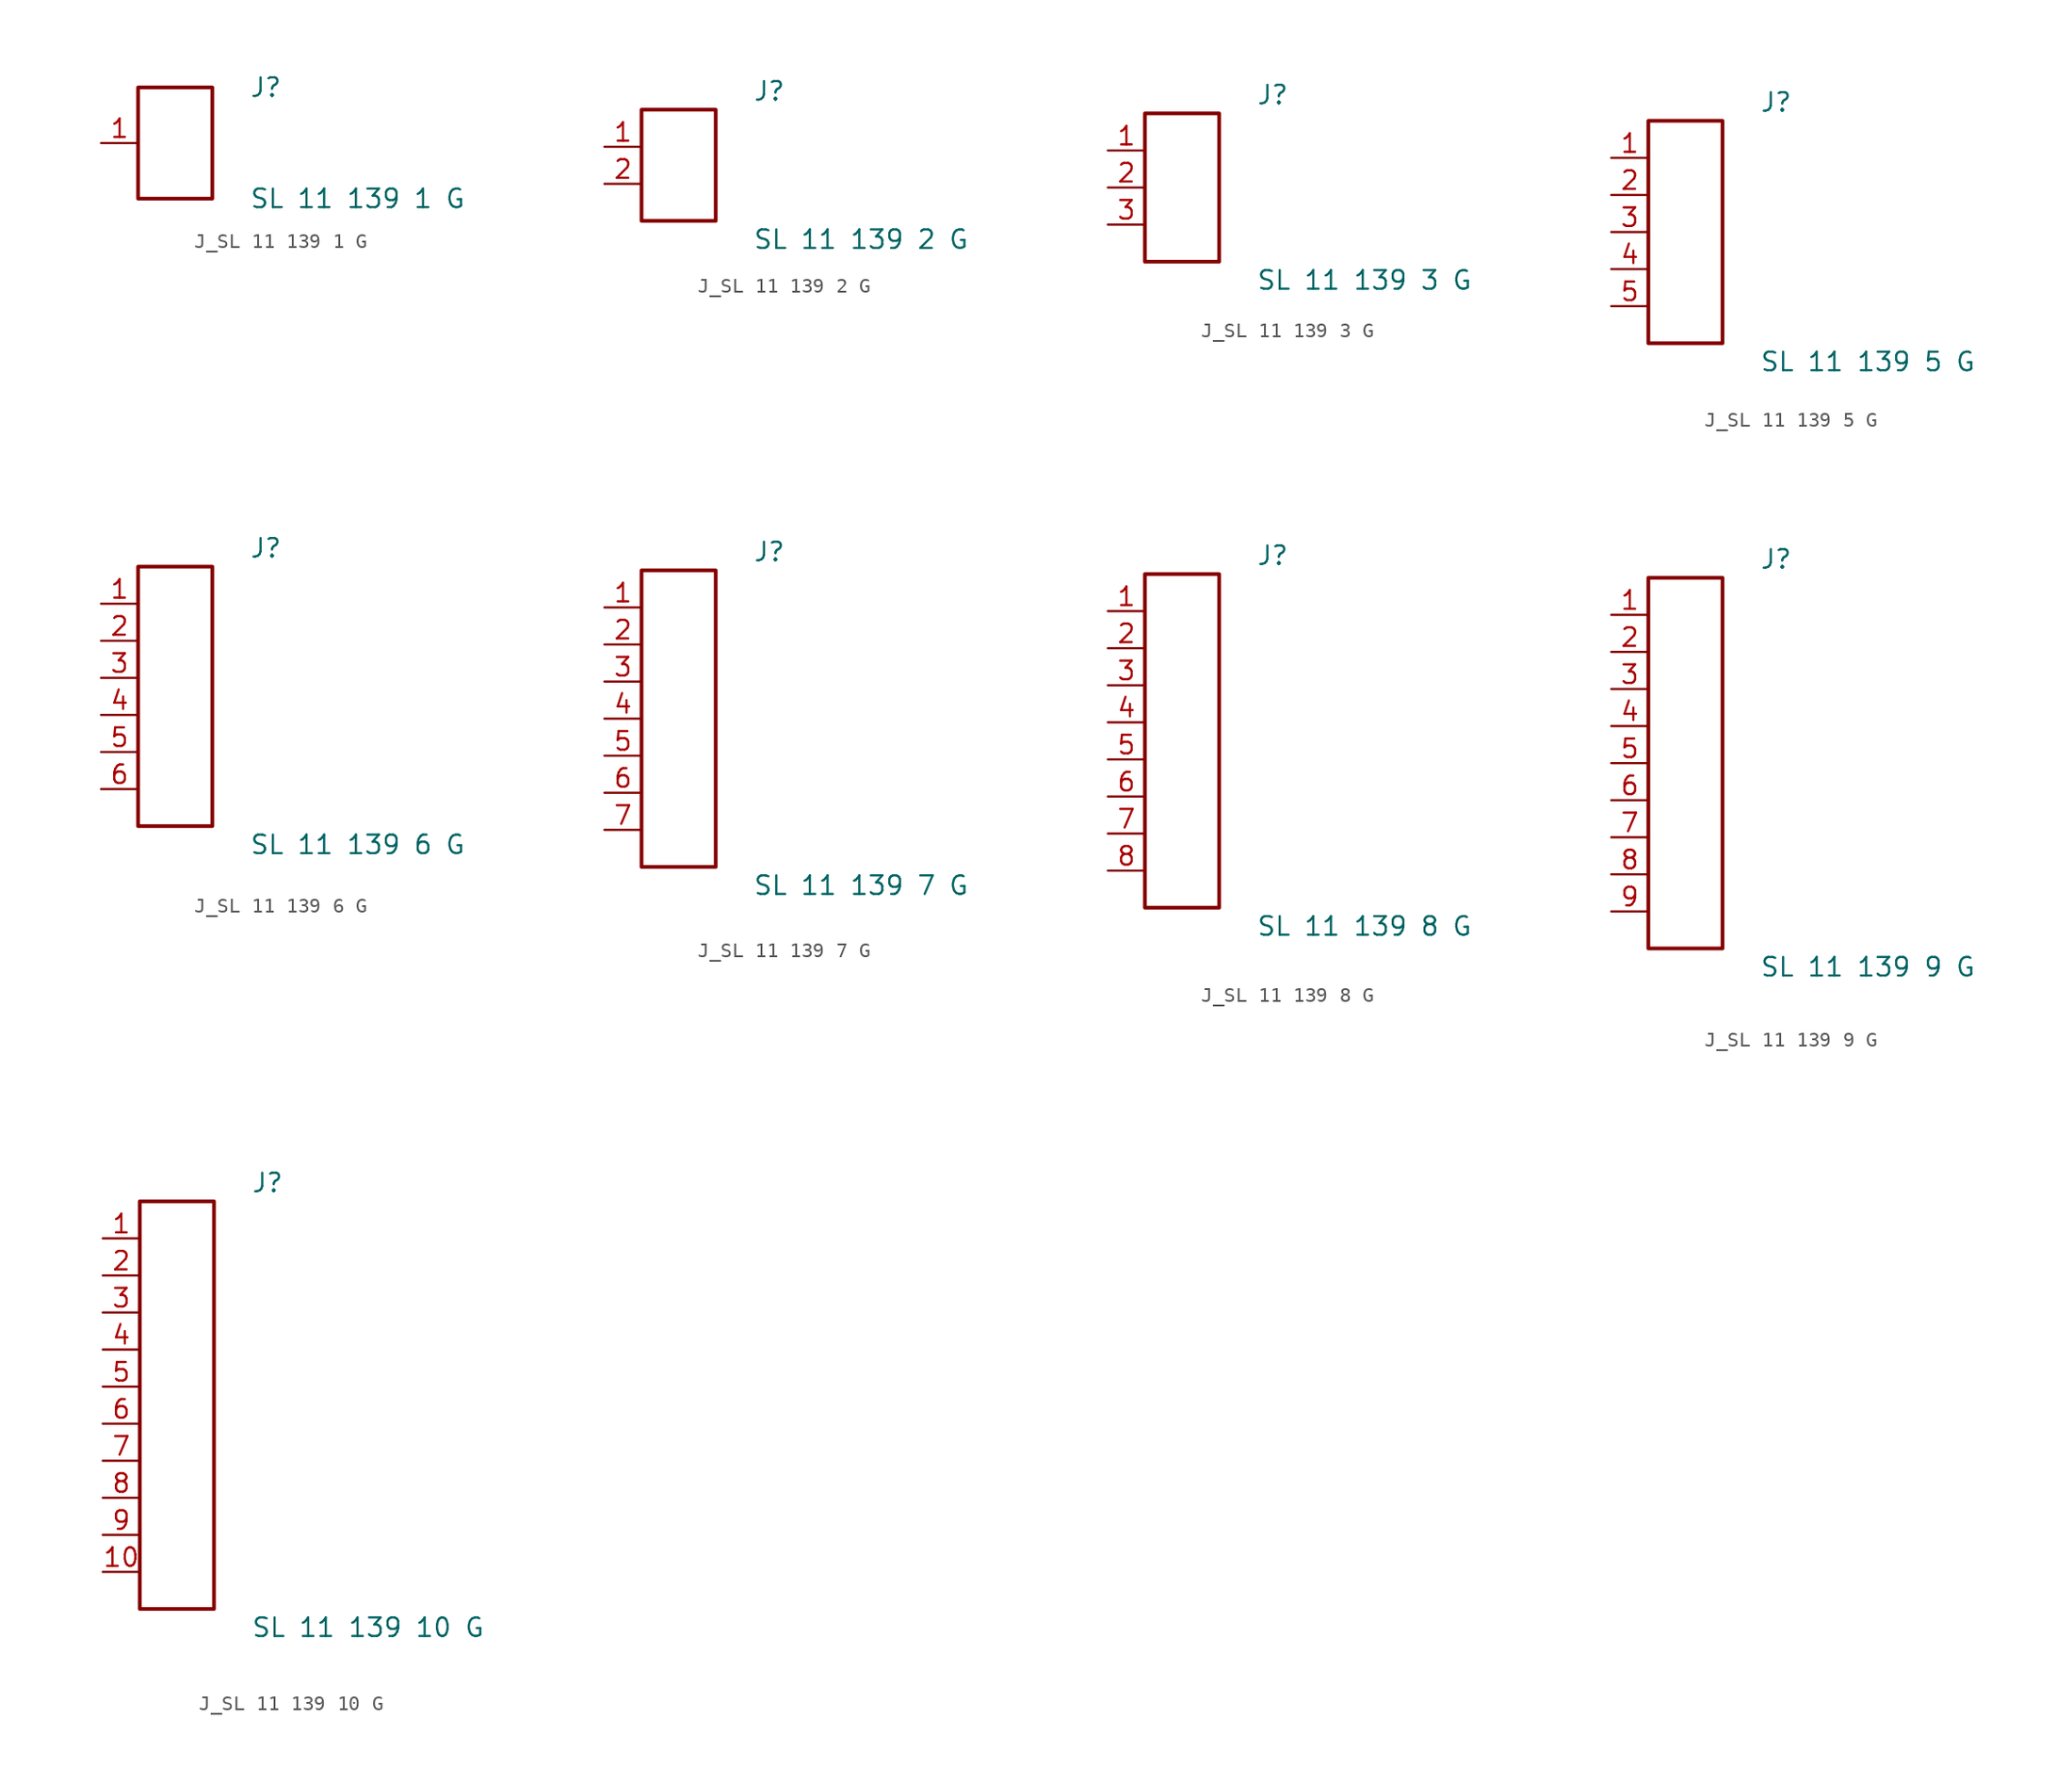
<source format=kicad_sym>
(kicad_symbol_lib
  (version 20231120)
  (generator kicad_symbol_editor)
  (generator_version 8.0)
  (symbol "J_SL 11 139 1 G"
    (pin_names
      (offset 0.254))
    (property "Reference" "J"
      (at 5.08 3.81 0)
      (effects (font (size 1.27 1.27)) (justify left)))
    (property "Value" "SL 11 139 1 G"
      (at 5.08 -3.81 0)
      (effects (font (size 1.27 1.27)) (justify left)))
    (symbol "J_SL 11 139 1 G_0_0"
      (pin unspecified line (at -5.08 0.0 0) (length 2.54) (name "" (effects (font (size 1.27 1.27)))) (number "1" (effects (font (size 1.27 1.27))))))
    (symbol "J_SL 11 139 1 G_1_0"
      (rectangle (start -2.54 3.81) (end 2.54 -3.81) (stroke (width 0.254) (type solid)) (fill (type none)))))
  (symbol "J_SL 11 139 2 G"
    (pin_names
      (offset 0.254))
    (property "Reference" "J"
      (at 5.08 5.08 0)
      (effects (font (size 1.27 1.27)) (justify left)))
    (property "Value" "SL 11 139 2 G"
      (at 5.08 -5.08 0)
      (effects (font (size 1.27 1.27)) (justify left)))
    (symbol "J_SL 11 139 2 G_0_0"
      (pin unspecified line (at -5.08 1.27 0) (length 2.54) (name "" (effects (font (size 1.27 1.27)))) (number "1" (effects (font (size 1.27 1.27)))))
      (pin unspecified line (at -5.08 -1.27 0) (length 2.54) (name "" (effects (font (size 1.27 1.27)))) (number "2" (effects (font (size 1.27 1.27))))))
    (symbol "J_SL 11 139 2 G_1_0"
      (rectangle (start -2.54 3.81) (end 2.54 -3.81) (stroke (width 0.254) (type solid)) (fill (type none)))))
  (symbol "J_SL 11 139 3 G"
    (pin_names
      (offset 0.254))
    (property "Reference" "J"
      (at 5.08 6.35 0)
      (effects (font (size 1.27 1.27)) (justify left)))
    (property "Value" "SL 11 139 3 G"
      (at 5.08 -6.35 0)
      (effects (font (size 1.27 1.27)) (justify left)))
    (symbol "J_SL 11 139 3 G_0_0"
      (pin unspecified line (at -5.08 2.54 0) (length 2.54) (name "" (effects (font (size 1.27 1.27)))) (number "1" (effects (font (size 1.27 1.27)))))
      (pin unspecified line (at -5.08 0.0 0) (length 2.54) (name "" (effects (font (size 1.27 1.27)))) (number "2" (effects (font (size 1.27 1.27)))))
      (pin unspecified line (at -5.08 -2.54 0) (length 2.54) (name "" (effects (font (size 1.27 1.27)))) (number "3" (effects (font (size 1.27 1.27))))))
    (symbol "J_SL 11 139 3 G_1_0"
      (rectangle (start -2.54 5.08) (end 2.54 -5.08) (stroke (width 0.254) (type solid)) (fill (type none)))))
  (symbol "J_SL 11 139 5 G"
    (pin_names
      (offset 0.254))
    (property "Reference" "J"
      (at 5.08 8.89 0)
      (effects (font (size 1.27 1.27)) (justify left)))
    (property "Value" "SL 11 139 5 G"
      (at 5.08 -8.89 0)
      (effects (font (size 1.27 1.27)) (justify left)))
    (symbol "J_SL 11 139 5 G_0_0"
      (pin unspecified line (at -5.08 5.08 0) (length 2.54) (name "" (effects (font (size 1.27 1.27)))) (number "1" (effects (font (size 1.27 1.27)))))
      (pin unspecified line (at -5.08 2.54 0) (length 2.54) (name "" (effects (font (size 1.27 1.27)))) (number "2" (effects (font (size 1.27 1.27)))))
      (pin unspecified line (at -5.08 0.0 0) (length 2.54) (name "" (effects (font (size 1.27 1.27)))) (number "3" (effects (font (size 1.27 1.27)))))
      (pin unspecified line (at -5.08 -2.54 0) (length 2.54) (name "" (effects (font (size 1.27 1.27)))) (number "4" (effects (font (size 1.27 1.27)))))
      (pin unspecified line (at -5.08 -5.08 0) (length 2.54) (name "" (effects (font (size 1.27 1.27)))) (number "5" (effects (font (size 1.27 1.27))))))
    (symbol "J_SL 11 139 5 G_1_0"
      (rectangle (start -2.54 7.62) (end 2.54 -7.62) (stroke (width 0.254) (type solid)) (fill (type none)))))
  (symbol "J_SL 11 139 6 G"
    (pin_names
      (offset 0.254))
    (property "Reference" "J"
      (at 5.08 10.16 0)
      (effects (font (size 1.27 1.27)) (justify left)))
    (property "Value" "SL 11 139 6 G"
      (at 5.08 -10.16 0)
      (effects (font (size 1.27 1.27)) (justify left)))
    (symbol "J_SL 11 139 6 G_0_0"
      (pin unspecified line (at -5.08 6.35 0) (length 2.54) (name "" (effects (font (size 1.27 1.27)))) (number "1" (effects (font (size 1.27 1.27)))))
      (pin unspecified line (at -5.08 3.81 0) (length 2.54) (name "" (effects (font (size 1.27 1.27)))) (number "2" (effects (font (size 1.27 1.27)))))
      (pin unspecified line (at -5.08 1.27 0) (length 2.54) (name "" (effects (font (size 1.27 1.27)))) (number "3" (effects (font (size 1.27 1.27)))))
      (pin unspecified line (at -5.08 -1.27 0) (length 2.54) (name "" (effects (font (size 1.27 1.27)))) (number "4" (effects (font (size 1.27 1.27)))))
      (pin unspecified line (at -5.08 -3.81 0) (length 2.54) (name "" (effects (font (size 1.27 1.27)))) (number "5" (effects (font (size 1.27 1.27)))))
      (pin unspecified line (at -5.08 -6.35 0) (length 2.54) (name "" (effects (font (size 1.27 1.27)))) (number "6" (effects (font (size 1.27 1.27))))))
    (symbol "J_SL 11 139 6 G_1_0"
      (rectangle (start -2.54 8.89) (end 2.54 -8.89) (stroke (width 0.254) (type solid)) (fill (type none)))))
  (symbol "J_SL 11 139 7 G"
    (pin_names
      (offset 0.254))
    (property "Reference" "J"
      (at 5.08 11.43 0)
      (effects (font (size 1.27 1.27)) (justify left)))
    (property "Value" "SL 11 139 7 G"
      (at 5.08 -11.43 0)
      (effects (font (size 1.27 1.27)) (justify left)))
    (symbol "J_SL 11 139 7 G_0_0"
      (pin unspecified line (at -5.08 7.62 0) (length 2.54) (name "" (effects (font (size 1.27 1.27)))) (number "1" (effects (font (size 1.27 1.27)))))
      (pin unspecified line (at -5.08 5.08 0) (length 2.54) (name "" (effects (font (size 1.27 1.27)))) (number "2" (effects (font (size 1.27 1.27)))))
      (pin unspecified line (at -5.08 2.54 0) (length 2.54) (name "" (effects (font (size 1.27 1.27)))) (number "3" (effects (font (size 1.27 1.27)))))
      (pin unspecified line (at -5.08 0.0 0) (length 2.54) (name "" (effects (font (size 1.27 1.27)))) (number "4" (effects (font (size 1.27 1.27)))))
      (pin unspecified line (at -5.08 -2.54 0) (length 2.54) (name "" (effects (font (size 1.27 1.27)))) (number "5" (effects (font (size 1.27 1.27)))))
      (pin unspecified line (at -5.08 -5.08 0) (length 2.54) (name "" (effects (font (size 1.27 1.27)))) (number "6" (effects (font (size 1.27 1.27)))))
      (pin unspecified line (at -5.08 -7.62 0) (length 2.54) (name "" (effects (font (size 1.27 1.27)))) (number "7" (effects (font (size 1.27 1.27))))))
    (symbol "J_SL 11 139 7 G_1_0"
      (rectangle (start -2.54 10.16) (end 2.54 -10.16) (stroke (width 0.254) (type solid)) (fill (type none)))))
  (symbol "J_SL 11 139 8 G"
    (pin_names
      (offset 0.254))
    (property "Reference" "J"
      (at 5.08 12.7 0)
      (effects (font (size 1.27 1.27)) (justify left)))
    (property "Value" "SL 11 139 8 G"
      (at 5.08 -12.7 0)
      (effects (font (size 1.27 1.27)) (justify left)))
    (symbol "J_SL 11 139 8 G_0_0"
      (pin unspecified line (at -5.08 8.89 0) (length 2.54) (name "" (effects (font (size 1.27 1.27)))) (number "1" (effects (font (size 1.27 1.27)))))
      (pin unspecified line (at -5.08 6.35 0) (length 2.54) (name "" (effects (font (size 1.27 1.27)))) (number "2" (effects (font (size 1.27 1.27)))))
      (pin unspecified line (at -5.08 3.81 0) (length 2.54) (name "" (effects (font (size 1.27 1.27)))) (number "3" (effects (font (size 1.27 1.27)))))
      (pin unspecified line (at -5.08 1.27 0) (length 2.54) (name "" (effects (font (size 1.27 1.27)))) (number "4" (effects (font (size 1.27 1.27)))))
      (pin unspecified line (at -5.08 -1.27 0) (length 2.54) (name "" (effects (font (size 1.27 1.27)))) (number "5" (effects (font (size 1.27 1.27)))))
      (pin unspecified line (at -5.08 -3.81 0) (length 2.54) (name "" (effects (font (size 1.27 1.27)))) (number "6" (effects (font (size 1.27 1.27)))))
      (pin unspecified line (at -5.08 -6.35 0) (length 2.54) (name "" (effects (font (size 1.27 1.27)))) (number "7" (effects (font (size 1.27 1.27)))))
      (pin unspecified line (at -5.08 -8.89 0) (length 2.54) (name "" (effects (font (size 1.27 1.27)))) (number "8" (effects (font (size 1.27 1.27))))))
    (symbol "J_SL 11 139 8 G_1_0"
      (rectangle (start -2.54 11.43) (end 2.54 -11.43) (stroke (width 0.254) (type solid)) (fill (type none)))))
  (symbol "J_SL 11 139 9 G"
    (pin_names
      (offset 0.254))
    (property "Reference" "J"
      (at 5.08 13.97 0)
      (effects (font (size 1.27 1.27)) (justify left)))
    (property "Value" "SL 11 139 9 G"
      (at 5.08 -13.97 0)
      (effects (font (size 1.27 1.27)) (justify left)))
    (symbol "J_SL 11 139 9 G_0_0"
      (pin unspecified line (at -5.08 10.16 0) (length 2.54) (name "" (effects (font (size 1.27 1.27)))) (number "1" (effects (font (size 1.27 1.27)))))
      (pin unspecified line (at -5.08 7.62 0) (length 2.54) (name "" (effects (font (size 1.27 1.27)))) (number "2" (effects (font (size 1.27 1.27)))))
      (pin unspecified line (at -5.08 5.08 0) (length 2.54) (name "" (effects (font (size 1.27 1.27)))) (number "3" (effects (font (size 1.27 1.27)))))
      (pin unspecified line (at -5.08 2.54 0) (length 2.54) (name "" (effects (font (size 1.27 1.27)))) (number "4" (effects (font (size 1.27 1.27)))))
      (pin unspecified line (at -5.08 0.0 0) (length 2.54) (name "" (effects (font (size 1.27 1.27)))) (number "5" (effects (font (size 1.27 1.27)))))
      (pin unspecified line (at -5.08 -2.54 0) (length 2.54) (name "" (effects (font (size 1.27 1.27)))) (number "6" (effects (font (size 1.27 1.27)))))
      (pin unspecified line (at -5.08 -5.08 0) (length 2.54) (name "" (effects (font (size 1.27 1.27)))) (number "7" (effects (font (size 1.27 1.27)))))
      (pin unspecified line (at -5.08 -7.62 0) (length 2.54) (name "" (effects (font (size 1.27 1.27)))) (number "8" (effects (font (size 1.27 1.27)))))
      (pin unspecified line (at -5.08 -10.16 0) (length 2.54) (name "" (effects (font (size 1.27 1.27)))) (number "9" (effects (font (size 1.27 1.27))))))
    (symbol "J_SL 11 139 9 G_1_0"
      (rectangle (start -2.54 12.7) (end 2.54 -12.7) (stroke (width 0.254) (type solid)) (fill (type none)))))
  (symbol "J_SL 11 139 10 G"
    (pin_names
      (offset 0.254))
    (property "Reference" "J"
      (at 5.08 15.24 0)
      (effects (font (size 1.27 1.27)) (justify left)))
    (property "Value" "SL 11 139 10 G"
      (at 5.08 -15.24 0)
      (effects (font (size 1.27 1.27)) (justify left)))
    (symbol "J_SL 11 139 10 G_0_0"
      (pin unspecified line (at -5.08 11.43 0) (length 2.54) (name "" (effects (font (size 1.27 1.27)))) (number "1" (effects (font (size 1.27 1.27)))))
      (pin unspecified line (at -5.08 8.89 0) (length 2.54) (name "" (effects (font (size 1.27 1.27)))) (number "2" (effects (font (size 1.27 1.27)))))
      (pin unspecified line (at -5.08 6.35 0) (length 2.54) (name "" (effects (font (size 1.27 1.27)))) (number "3" (effects (font (size 1.27 1.27)))))
      (pin unspecified line (at -5.08 3.81 0) (length 2.54) (name "" (effects (font (size 1.27 1.27)))) (number "4" (effects (font (size 1.27 1.27)))))
      (pin unspecified line (at -5.08 1.27 0) (length 2.54) (name "" (effects (font (size 1.27 1.27)))) (number "5" (effects (font (size 1.27 1.27)))))
      (pin unspecified line (at -5.08 -1.27 0) (length 2.54) (name "" (effects (font (size 1.27 1.27)))) (number "6" (effects (font (size 1.27 1.27)))))
      (pin unspecified line (at -5.08 -3.81 0) (length 2.54) (name "" (effects (font (size 1.27 1.27)))) (number "7" (effects (font (size 1.27 1.27)))))
      (pin unspecified line (at -5.08 -6.35 0) (length 2.54) (name "" (effects (font (size 1.27 1.27)))) (number "8" (effects (font (size 1.27 1.27)))))
      (pin unspecified line (at -5.08 -8.89 0) (length 2.54) (name "" (effects (font (size 1.27 1.27)))) (number "9" (effects (font (size 1.27 1.27)))))
      (pin unspecified line (at -5.08 -11.43 0) (length 2.54) (name "" (effects (font (size 1.27 1.27)))) (number "10" (effects (font (size 1.27 1.27))))))
    (symbol "J_SL 11 139 10 G_1_0"
      (rectangle (start -2.54 13.97) (end 2.54 -13.97) (stroke (width 0.254) (type solid)) (fill (type none))))))
</source>
